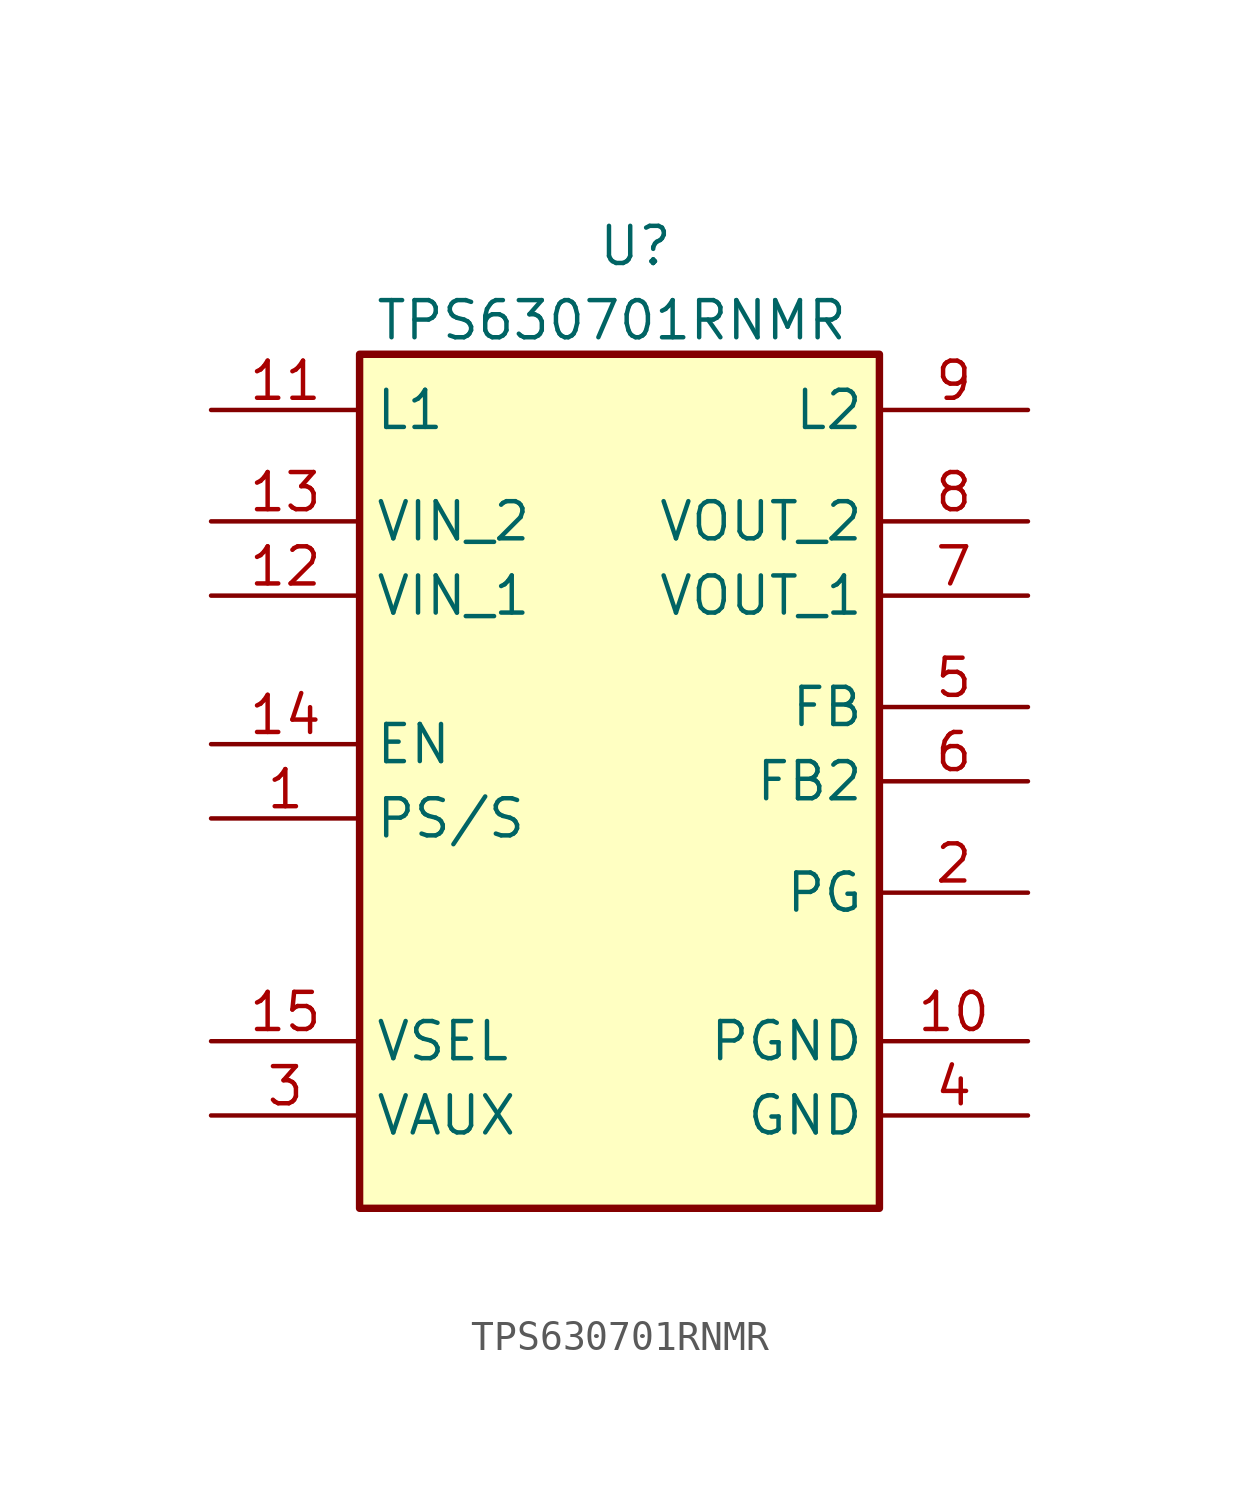
<source format=kicad_sym>
(kicad_symbol_lib
  (version 20231120)
  (generator "kicad_symbol_editor")
  (generator_version "8.0")
  (symbol "TPS630701RNMR"
    (property "Reference" "U"
      (at -0.762 16.51 0)
      (effects (font (size 1.27 1.27)) (justify left top)))
    (property "Value" "TPS630701RNMR"
      (at -8.382 13.97 0)
      (effects (font (size 1.27 1.27)) (justify left top)))
    (symbol "TPS630701RNMR_1_1"
      (rectangle (start -8.89 12.065) (end 8.89 -17.145) (stroke (width 0.254) (type default)) (fill (type background)))
      (pin passive line (at -13.97 -3.81 0) (length 5.08) (name "PS/S" (effects (font (size 1.27 1.27)))) (number "1" (effects (font (size 1.27 1.27)))))
      (pin passive line (at 13.97 -11.43 180) (length 5.08) (name "PGND" (effects (font (size 1.27 1.27)))) (number "10" (effects (font (size 1.27 1.27)))))
      (pin passive line (at -13.97 10.16 0) (length 5.08) (name "L1" (effects (font (size 1.27 1.27)))) (number "11" (effects (font (size 1.27 1.27)))))
      (pin passive line (at -13.97 3.81 0) (length 5.08) (name "VIN_1" (effects (font (size 1.27 1.27)))) (number "12" (effects (font (size 1.27 1.27)))))
      (pin passive line (at -13.97 6.35 0) (length 5.08) (name "VIN_2" (effects (font (size 1.27 1.27)))) (number "13" (effects (font (size 1.27 1.27)))))
      (pin passive line (at -13.97 -1.27 0) (length 5.08) (name "EN" (effects (font (size 1.27 1.27)))) (number "14" (effects (font (size 1.27 1.27)))))
      (pin passive line (at -13.97 -11.43 0) (length 5.08) (name "VSEL" (effects (font (size 1.27 1.27)))) (number "15" (effects (font (size 1.27 1.27)))))
      (pin passive line (at 13.97 -6.35 180) (length 5.08) (name "PG" (effects (font (size 1.27 1.27)))) (number "2" (effects (font (size 1.27 1.27)))))
      (pin passive line (at -13.97 -13.97 0) (length 5.08) (name "VAUX" (effects (font (size 1.27 1.27)))) (number "3" (effects (font (size 1.27 1.27)))))
      (pin passive line (at 13.97 -13.97 180) (length 5.08) (name "GND" (effects (font (size 1.27 1.27)))) (number "4" (effects (font (size 1.27 1.27)))))
      (pin passive line (at 13.97 0 180) (length 5.08) (name "FB" (effects (font (size 1.27 1.27)))) (number "5" (effects (font (size 1.27 1.27)))))
      (pin passive line (at 13.97 -2.54 180) (length 5.08) (name "FB2" (effects (font (size 1.27 1.27)))) (number "6" (effects (font (size 1.27 1.27)))))
      (pin passive line (at 13.97 3.81 180) (length 5.08) (name "VOUT_1" (effects (font (size 1.27 1.27)))) (number "7" (effects (font (size 1.27 1.27)))))
      (pin passive line (at 13.97 6.35 180) (length 5.08) (name "VOUT_2" (effects (font (size 1.27 1.27)))) (number "8" (effects (font (size 1.27 1.27)))))
      (pin passive line (at 13.97 10.16 180) (length 5.08) (name "L2" (effects (font (size 1.27 1.27)))) (number "9" (effects (font (size 1.27 1.27))))))))
</source>
